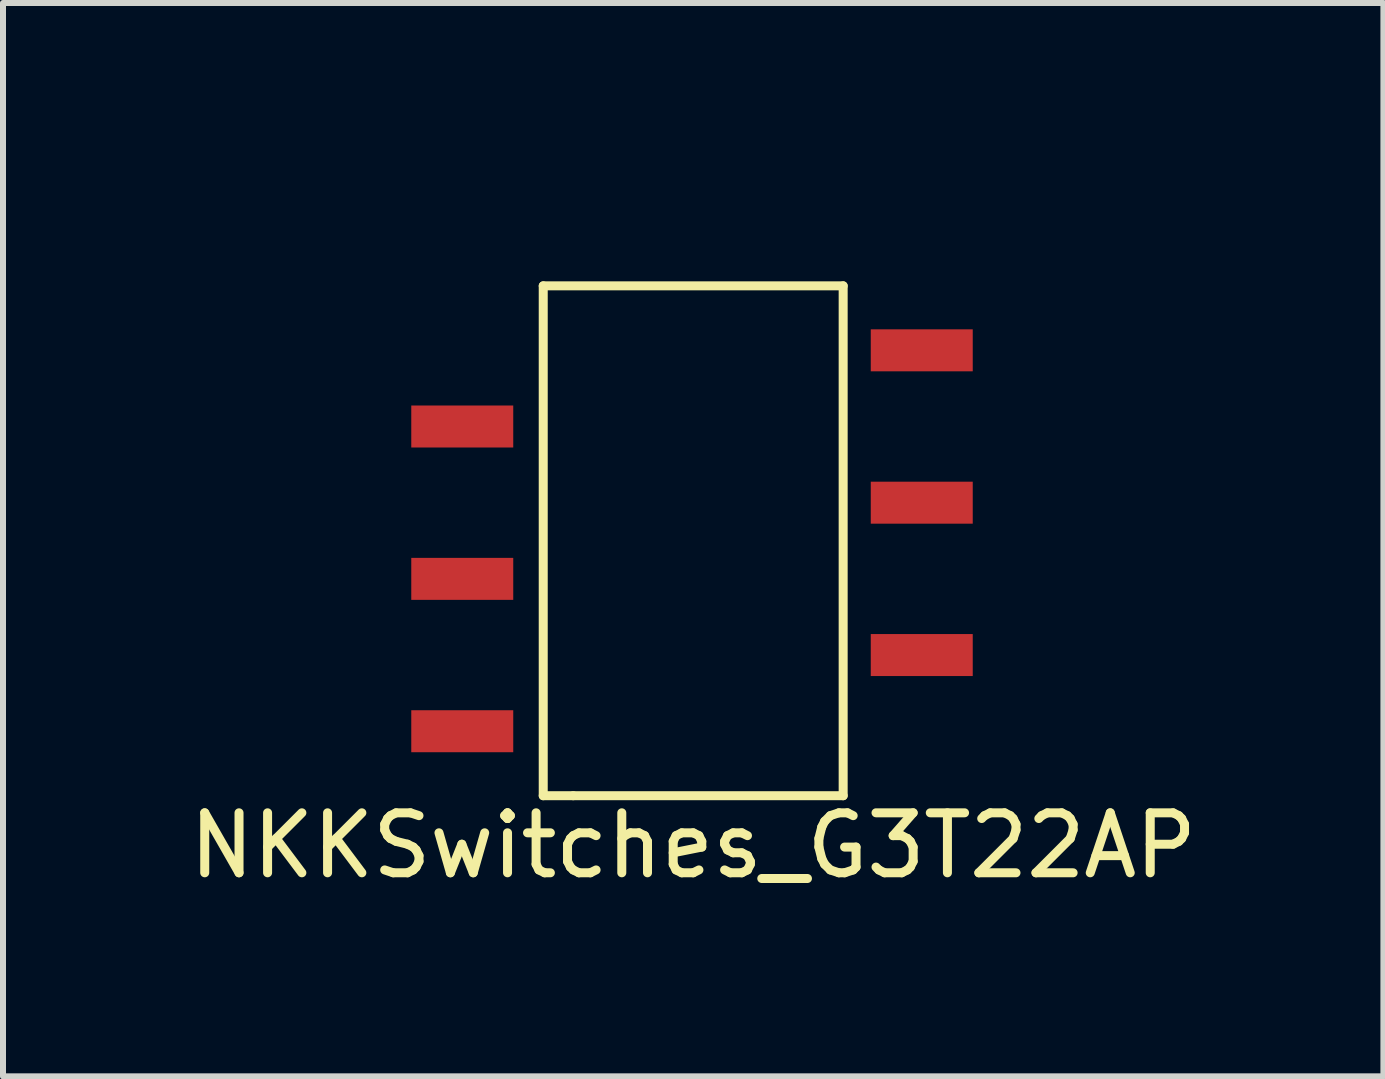
<source format=kicad_pcb>
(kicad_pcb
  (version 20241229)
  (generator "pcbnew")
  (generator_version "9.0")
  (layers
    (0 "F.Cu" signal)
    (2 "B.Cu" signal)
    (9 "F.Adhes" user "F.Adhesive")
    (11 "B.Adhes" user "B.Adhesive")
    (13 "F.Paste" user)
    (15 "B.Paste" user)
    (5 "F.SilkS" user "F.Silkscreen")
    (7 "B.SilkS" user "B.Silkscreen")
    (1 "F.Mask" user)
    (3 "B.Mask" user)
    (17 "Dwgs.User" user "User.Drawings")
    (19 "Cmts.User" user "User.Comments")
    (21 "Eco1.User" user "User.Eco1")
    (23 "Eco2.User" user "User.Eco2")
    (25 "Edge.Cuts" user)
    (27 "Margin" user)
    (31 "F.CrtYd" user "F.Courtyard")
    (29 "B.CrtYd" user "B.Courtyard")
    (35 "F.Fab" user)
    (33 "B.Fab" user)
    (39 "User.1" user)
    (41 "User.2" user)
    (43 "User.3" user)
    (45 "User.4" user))
  (footprint "NKKSwitches_G3T22AP"
    (layer "F.Cu")
    (at 8.506 0.25)
    (property "Reference" "NKKSwitches_G3T22AP" (at 0 10.795 0) (layer "F.SilkS") (effects (font (size 1 1) (thickness 0.15))))
    (attr through_hole)
    (fp_line (start -2.5 1.465) (end 2.5 1.465) (stroke (width 0.15) (type solid)) (layer "F.SilkS"))
    (fp_line (start -2.5 9.965) (end -2.5 1.465) (stroke (width 0.15) (type solid)) (layer "F.SilkS"))
    (fp_line (start -2 9.965) (end -2.5 9.965) (stroke (width 0.15) (type solid)) (layer "F.SilkS"))
    (fp_line (start 2.5 1.465) (end 2.5 9.965) (stroke (width 0.15) (type solid)) (layer "F.SilkS"))
    (fp_line (start 2.5 9.965) (end -2 9.965) (stroke (width 0.15) (type solid)) (layer "F.SilkS"))
    (pad "1" smd rect (at 3.81 2.54) (size 1.7 0.7) (layers "F.Cu" "F.Mask" "F.Paste"))
    (pad "2" smd rect (at 3.81 5.08) (size 1.7 0.7) (layers "F.Cu" "F.Mask" "F.Paste"))
    (pad "3" smd rect (at 3.81 7.62) (size 1.7 0.7) (layers "F.Cu" "F.Mask" "F.Paste"))
    (pad "4" smd rect (at -3.85 3.81) (size 1.7 0.7) (layers "F.Cu" "F.Mask" "F.Paste"))
    (pad "5" smd rect (at -3.85 6.35) (size 1.7 0.7) (layers "F.Cu" "F.Mask" "F.Paste"))
    (pad "6" smd rect (at -3.85 8.89) (size 1.7 0.7) (layers "F.Cu" "F.Mask" "F.Paste")))
  (gr_rect
    (start -3 -3)
    (end 20.012 14.893)
    (stroke (width 0.1) (type default))
    (fill no)
    (layer "Edge.Cuts")))
</source>
